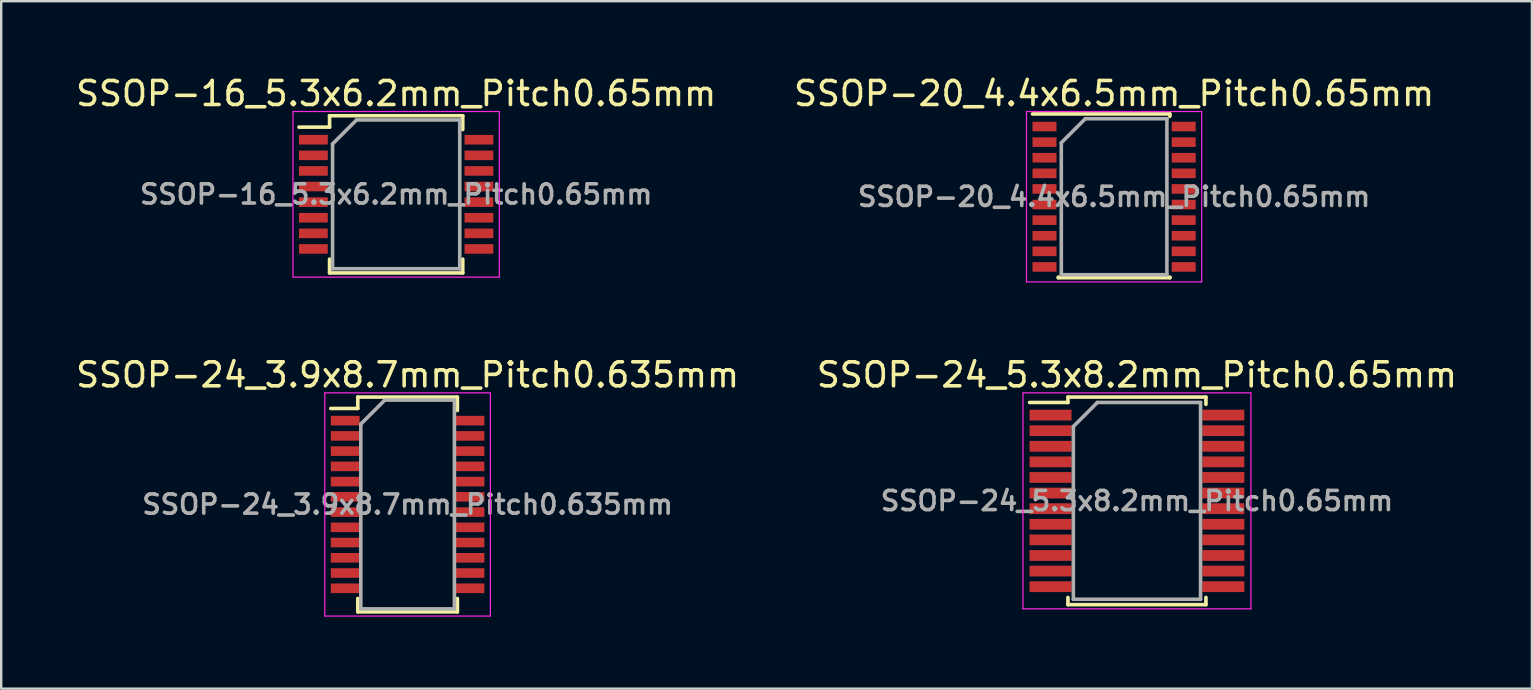
<source format=kicad_pcb>
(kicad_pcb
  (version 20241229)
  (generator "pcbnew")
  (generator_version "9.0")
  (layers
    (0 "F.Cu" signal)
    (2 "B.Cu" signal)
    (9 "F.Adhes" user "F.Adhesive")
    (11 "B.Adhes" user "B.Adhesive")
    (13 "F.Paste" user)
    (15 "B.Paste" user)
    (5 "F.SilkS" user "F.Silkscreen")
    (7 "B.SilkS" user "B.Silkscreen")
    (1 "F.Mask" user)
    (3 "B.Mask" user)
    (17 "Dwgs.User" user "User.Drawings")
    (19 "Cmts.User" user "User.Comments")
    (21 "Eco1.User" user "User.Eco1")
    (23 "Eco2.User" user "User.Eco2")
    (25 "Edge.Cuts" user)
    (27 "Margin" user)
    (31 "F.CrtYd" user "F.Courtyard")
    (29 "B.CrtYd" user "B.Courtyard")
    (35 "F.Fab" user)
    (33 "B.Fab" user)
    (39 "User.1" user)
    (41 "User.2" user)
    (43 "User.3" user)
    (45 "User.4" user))
  (footprint "SSOP-24_3.9x8.7mm_Pitch0.635mm"
    (layer "F.Cu")
    (at 13.935 17.971)
    (property "Reference" "SSOP-24_3.9x8.7mm_Pitch0.635mm" (at 0 -5.4 0) (layer "F.SilkS") (effects (font (size 1 1) (thickness 0.15))))
    (attr smd)
    (fp_line (start -2.075 -4.475) (end -2.075 -4) (stroke (width 0.15) (type solid)) (layer "F.SilkS"))
    (fp_line (start -2.075 -4.475) (end 2.075 -4.475) (stroke (width 0.15) (type solid)) (layer "F.SilkS"))
    (fp_line (start -2.075 -4) (end -3.2 -4) (stroke (width 0.15) (type solid)) (layer "F.SilkS"))
    (fp_line (start -2.075 4.475) (end -2.075 3.917) (stroke (width 0.15) (type solid)) (layer "F.SilkS"))
    (fp_line (start -2.075 4.475) (end 2.075 4.475) (stroke (width 0.15) (type solid)) (layer "F.SilkS"))
    (fp_line (start 2.075 -4.475) (end 2.075 -3.917) (stroke (width 0.15) (type solid)) (layer "F.SilkS"))
    (fp_line (start 2.075 4.475) (end 2.075 3.917) (stroke (width 0.15) (type solid)) (layer "F.SilkS"))
    (fp_line (start -3.45 -4.65) (end -3.45 4.65) (stroke (width 0.05) (type solid)) (layer "F.CrtYd"))
    (fp_line (start -3.45 -4.65) (end 3.45 -4.65) (stroke (width 0.05) (type solid)) (layer "F.CrtYd"))
    (fp_line (start -3.45 4.65) (end 3.45 4.65) (stroke (width 0.05) (type solid)) (layer "F.CrtYd"))
    (fp_line (start 3.45 -4.65) (end 3.45 4.65) (stroke (width 0.05) (type solid)) (layer "F.CrtYd"))
    (fp_line (start -1.95 -3.35) (end -0.95 -4.35) (stroke (width 0.15) (type solid)) (layer "F.Fab"))
    (fp_line (start -1.95 4.35) (end -1.95 -3.35) (stroke (width 0.15) (type solid)) (layer "F.Fab"))
    (fp_line (start -0.95 -4.35) (end 1.95 -4.35) (stroke (width 0.15) (type solid)) (layer "F.Fab"))
    (fp_line (start 1.95 -4.35) (end 1.95 4.35) (stroke (width 0.15) (type solid)) (layer "F.Fab"))
    (fp_line (start 1.95 4.35) (end -1.95 4.35) (stroke (width 0.15) (type solid)) (layer "F.Fab"))
    (fp_text user "${REFERENCE}" (at 0 0 0) (layer "F.Fab") (effects (font (size 0.8 0.8) (thickness 0.15))))
    (pad "1" smd rect (at -2.6 -3.493) (size 1.2 0.4) (layers "F.Cu" "F.Mask" "F.Paste"))
    (pad "2" smd rect (at -2.6 -2.857) (size 1.2 0.4) (layers "F.Cu" "F.Mask" "F.Paste"))
    (pad "3" smd rect (at -2.6 -2.223) (size 1.2 0.4) (layers "F.Cu" "F.Mask" "F.Paste"))
    (pad "4" smd rect (at -2.6 -1.587) (size 1.2 0.4) (layers "F.Cu" "F.Mask" "F.Paste"))
    (pad "5" smd rect (at -2.6 -0.953) (size 1.2 0.4) (layers "F.Cu" "F.Mask" "F.Paste"))
    (pad "6" smd rect (at -2.6 -0.318) (size 1.2 0.4) (layers "F.Cu" "F.Mask" "F.Paste"))
    (pad "7" smd rect (at -2.6 0.318) (size 1.2 0.4) (layers "F.Cu" "F.Mask" "F.Paste"))
    (pad "8" smd rect (at -2.6 0.953) (size 1.2 0.4) (layers "F.Cu" "F.Mask" "F.Paste"))
    (pad "9" smd rect (at -2.6 1.587) (size 1.2 0.4) (layers "F.Cu" "F.Mask" "F.Paste"))
    (pad "10" smd rect (at -2.6 2.223) (size 1.2 0.4) (layers "F.Cu" "F.Mask" "F.Paste"))
    (pad "11" smd rect (at -2.6 2.857) (size 1.2 0.4) (layers "F.Cu" "F.Mask" "F.Paste"))
    (pad "12" smd rect (at -2.6 3.493) (size 1.2 0.4) (layers "F.Cu" "F.Mask" "F.Paste"))
    (pad "13" smd rect (at 2.6 3.493) (size 1.2 0.4) (layers "F.Cu" "F.Mask" "F.Paste"))
    (pad "14" smd rect (at 2.6 2.857) (size 1.2 0.4) (layers "F.Cu" "F.Mask" "F.Paste"))
    (pad "15" smd rect (at 2.6 2.223) (size 1.2 0.4) (layers "F.Cu" "F.Mask" "F.Paste"))
    (pad "16" smd rect (at 2.6 1.587) (size 1.2 0.4) (layers "F.Cu" "F.Mask" "F.Paste"))
    (pad "17" smd rect (at 2.6 0.953) (size 1.2 0.4) (layers "F.Cu" "F.Mask" "F.Paste"))
    (pad "18" smd rect (at 2.6 0.318) (size 1.2 0.4) (layers "F.Cu" "F.Mask" "F.Paste"))
    (pad "19" smd rect (at 2.6 -0.318) (size 1.2 0.4) (layers "F.Cu" "F.Mask" "F.Paste"))
    (pad "20" smd rect (at 2.6 -0.953) (size 1.2 0.4) (layers "F.Cu" "F.Mask" "F.Paste"))
    (pad "21" smd rect (at 2.6 -1.587) (size 1.2 0.4) (layers "F.Cu" "F.Mask" "F.Paste"))
    (pad "22" smd rect (at 2.6 -2.223) (size 1.2 0.4) (layers "F.Cu" "F.Mask" "F.Paste"))
    (pad "23" smd rect (at 2.6 -2.857) (size 1.2 0.4) (layers "F.Cu" "F.Mask" "F.Paste"))
    (pad "24" smd rect (at 2.6 -3.493) (size 1.2 0.4) (layers "F.Cu" "F.Mask" "F.Paste")))
  (footprint "SSOP-16_5.3x6.2mm_Pitch0.65mm"
    (layer "F.Cu")
    (at 13.458 5.048)
    (property "Reference" "SSOP-16_5.3x6.2mm_Pitch0.65mm" (at 0 -4.2 0) (layer "F.SilkS") (effects (font (size 1 1) (thickness 0.15))))
    (attr smd)
    (fp_line (start -2.775 -3.275) (end -2.775 -2.8) (stroke (width 0.15) (type solid)) (layer "F.SilkS"))
    (fp_line (start -2.775 -3.275) (end 2.775 -3.275) (stroke (width 0.15) (type solid)) (layer "F.SilkS"))
    (fp_line (start -2.775 -2.8) (end -4.05 -2.8) (stroke (width 0.15) (type solid)) (layer "F.SilkS"))
    (fp_line (start -2.775 3.275) (end -2.775 2.7) (stroke (width 0.15) (type solid)) (layer "F.SilkS"))
    (fp_line (start -2.775 3.275) (end 2.775 3.275) (stroke (width 0.15) (type solid)) (layer "F.SilkS"))
    (fp_line (start 2.775 -3.275) (end 2.775 -2.7) (stroke (width 0.15) (type solid)) (layer "F.SilkS"))
    (fp_line (start 2.775 3.275) (end 2.775 2.7) (stroke (width 0.15) (type solid)) (layer "F.SilkS"))
    (fp_line (start -4.3 -3.45) (end -4.3 3.45) (stroke (width 0.05) (type solid)) (layer "F.CrtYd"))
    (fp_line (start -4.3 -3.45) (end 4.3 -3.45) (stroke (width 0.05) (type solid)) (layer "F.CrtYd"))
    (fp_line (start -4.3 3.45) (end 4.3 3.45) (stroke (width 0.05) (type solid)) (layer "F.CrtYd"))
    (fp_line (start 4.3 -3.45) (end 4.3 3.45) (stroke (width 0.05) (type solid)) (layer "F.CrtYd"))
    (fp_line (start -2.65 -2.1) (end -1.65 -3.1) (stroke (width 0.15) (type solid)) (layer "F.Fab"))
    (fp_line (start -2.65 3.1) (end -2.65 -2.1) (stroke (width 0.15) (type solid)) (layer "F.Fab"))
    (fp_line (start -1.65 -3.1) (end 2.65 -3.1) (stroke (width 0.15) (type solid)) (layer "F.Fab"))
    (fp_line (start 2.65 -3.1) (end 2.65 3.1) (stroke (width 0.15) (type solid)) (layer "F.Fab"))
    (fp_line (start 2.65 3.1) (end -2.65 3.1) (stroke (width 0.15) (type solid)) (layer "F.Fab"))
    (fp_text user "${REFERENCE}" (at 0 0 0) (layer "F.Fab") (effects (font (size 0.8 0.8) (thickness 0.15))))
    (pad "1" smd rect (at -3.45 -2.275) (size 1.2 0.4) (layers "F.Cu" "F.Mask" "F.Paste"))
    (pad "2" smd rect (at -3.45 -1.625) (size 1.2 0.4) (layers "F.Cu" "F.Mask" "F.Paste"))
    (pad "3" smd rect (at -3.45 -0.975) (size 1.2 0.4) (layers "F.Cu" "F.Mask" "F.Paste"))
    (pad "4" smd rect (at -3.45 -0.325) (size 1.2 0.4) (layers "F.Cu" "F.Mask" "F.Paste"))
    (pad "5" smd rect (at -3.45 0.325) (size 1.2 0.4) (layers "F.Cu" "F.Mask" "F.Paste"))
    (pad "6" smd rect (at -3.45 0.975) (size 1.2 0.4) (layers "F.Cu" "F.Mask" "F.Paste"))
    (pad "7" smd rect (at -3.45 1.625) (size 1.2 0.4) (layers "F.Cu" "F.Mask" "F.Paste"))
    (pad "8" smd rect (at -3.45 2.275) (size 1.2 0.4) (layers "F.Cu" "F.Mask" "F.Paste"))
    (pad "9" smd rect (at 3.45 2.275) (size 1.2 0.4) (layers "F.Cu" "F.Mask" "F.Paste"))
    (pad "10" smd rect (at 3.45 1.625) (size 1.2 0.4) (layers "F.Cu" "F.Mask" "F.Paste"))
    (pad "11" smd rect (at 3.45 0.975) (size 1.2 0.4) (layers "F.Cu" "F.Mask" "F.Paste"))
    (pad "12" smd rect (at 3.45 0.325) (size 1.2 0.4) (layers "F.Cu" "F.Mask" "F.Paste"))
    (pad "13" smd rect (at 3.45 -0.325) (size 1.2 0.4) (layers "F.Cu" "F.Mask" "F.Paste"))
    (pad "14" smd rect (at 3.45 -0.975) (size 1.2 0.4) (layers "F.Cu" "F.Mask" "F.Paste"))
    (pad "15" smd rect (at 3.45 -1.625) (size 1.2 0.4) (layers "F.Cu" "F.Mask" "F.Paste"))
    (pad "16" smd rect (at 3.45 -2.275) (size 1.2 0.4) (layers "F.Cu" "F.Mask" "F.Paste")))
  (footprint "SSOP-24_5.3x8.2mm_Pitch0.65mm"
    (layer "F.Cu")
    (at 44.327 17.822)
    (property "Reference" "SSOP-24_5.3x8.2mm_Pitch0.65mm" (at 0 -5.25 0) (layer "F.SilkS") (effects (font (size 1 1) (thickness 0.15))))
    (attr smd)
    (fp_line (start -2.875 -4.325) (end -2.875 -4.1) (stroke (width 0.15) (type solid)) (layer "F.SilkS"))
    (fp_line (start -2.875 -4.325) (end 2.875 -4.325) (stroke (width 0.15) (type solid)) (layer "F.SilkS"))
    (fp_line (start -2.875 -4.1) (end -4.475 -4.1) (stroke (width 0.15) (type solid)) (layer "F.SilkS"))
    (fp_line (start -2.875 4.325) (end -2.875 4.025) (stroke (width 0.15) (type solid)) (layer "F.SilkS"))
    (fp_line (start -2.875 4.325) (end 2.875 4.325) (stroke (width 0.15) (type solid)) (layer "F.SilkS"))
    (fp_line (start 2.875 -4.325) (end 2.875 -4.025) (stroke (width 0.15) (type solid)) (layer "F.SilkS"))
    (fp_line (start 2.875 4.325) (end 2.875 4.025) (stroke (width 0.15) (type solid)) (layer "F.SilkS"))
    (fp_line (start -4.75 -4.5) (end -4.75 4.5) (stroke (width 0.05) (type solid)) (layer "F.CrtYd"))
    (fp_line (start -4.75 -4.5) (end 4.75 -4.5) (stroke (width 0.05) (type solid)) (layer "F.CrtYd"))
    (fp_line (start -4.75 4.5) (end 4.75 4.5) (stroke (width 0.05) (type solid)) (layer "F.CrtYd"))
    (fp_line (start 4.75 -4.5) (end 4.75 4.5) (stroke (width 0.05) (type solid)) (layer "F.CrtYd"))
    (fp_line (start -2.65 -3.1) (end -1.65 -4.1) (stroke (width 0.15) (type solid)) (layer "F.Fab"))
    (fp_line (start -2.65 4.1) (end -2.65 -3.1) (stroke (width 0.15) (type solid)) (layer "F.Fab"))
    (fp_line (start -1.65 -4.1) (end 2.65 -4.1) (stroke (width 0.15) (type solid)) (layer "F.Fab"))
    (fp_line (start 2.65 -4.1) (end 2.65 4.1) (stroke (width 0.15) (type solid)) (layer "F.Fab"))
    (fp_line (start 2.65 4.1) (end -2.65 4.1) (stroke (width 0.15) (type solid)) (layer "F.Fab"))
    (fp_text user "${REFERENCE}" (at 0 0 0) (layer "F.Fab") (effects (font (size 0.8 0.8) (thickness 0.15))))
    (pad "1" smd rect (at -3.6 -3.575) (size 1.75 0.45) (layers "F.Cu" "F.Mask" "F.Paste"))
    (pad "2" smd rect (at -3.6 -2.925) (size 1.75 0.45) (layers "F.Cu" "F.Mask" "F.Paste"))
    (pad "3" smd rect (at -3.6 -2.275) (size 1.75 0.45) (layers "F.Cu" "F.Mask" "F.Paste"))
    (pad "4" smd rect (at -3.6 -1.625) (size 1.75 0.45) (layers "F.Cu" "F.Mask" "F.Paste"))
    (pad "5" smd rect (at -3.6 -0.975) (size 1.75 0.45) (layers "F.Cu" "F.Mask" "F.Paste"))
    (pad "6" smd rect (at -3.6 -0.325) (size 1.75 0.45) (layers "F.Cu" "F.Mask" "F.Paste"))
    (pad "7" smd rect (at -3.6 0.325) (size 1.75 0.45) (layers "F.Cu" "F.Mask" "F.Paste"))
    (pad "8" smd rect (at -3.6 0.975) (size 1.75 0.45) (layers "F.Cu" "F.Mask" "F.Paste"))
    (pad "9" smd rect (at -3.6 1.625) (size 1.75 0.45) (layers "F.Cu" "F.Mask" "F.Paste"))
    (pad "10" smd rect (at -3.6 2.275) (size 1.75 0.45) (layers "F.Cu" "F.Mask" "F.Paste"))
    (pad "11" smd rect (at -3.6 2.925) (size 1.75 0.45) (layers "F.Cu" "F.Mask" "F.Paste"))
    (pad "12" smd rect (at -3.6 3.575) (size 1.75 0.45) (layers "F.Cu" "F.Mask" "F.Paste"))
    (pad "13" smd rect (at 3.6 3.575) (size 1.75 0.45) (layers "F.Cu" "F.Mask" "F.Paste"))
    (pad "14" smd rect (at 3.6 2.925) (size 1.75 0.45) (layers "F.Cu" "F.Mask" "F.Paste"))
    (pad "15" smd rect (at 3.6 2.275) (size 1.75 0.45) (layers "F.Cu" "F.Mask" "F.Paste"))
    (pad "16" smd rect (at 3.6 1.625) (size 1.75 0.45) (layers "F.Cu" "F.Mask" "F.Paste"))
    (pad "17" smd rect (at 3.6 0.975) (size 1.75 0.45) (layers "F.Cu" "F.Mask" "F.Paste"))
    (pad "18" smd rect (at 3.6 0.325) (size 1.75 0.45) (layers "F.Cu" "F.Mask" "F.Paste"))
    (pad "19" smd rect (at 3.6 -0.325) (size 1.75 0.45) (layers "F.Cu" "F.Mask" "F.Paste"))
    (pad "20" smd rect (at 3.6 -0.975) (size 1.75 0.45) (layers "F.Cu" "F.Mask" "F.Paste"))
    (pad "21" smd rect (at 3.6 -1.625) (size 1.75 0.45) (layers "F.Cu" "F.Mask" "F.Paste"))
    (pad "22" smd rect (at 3.6 -2.275) (size 1.75 0.45) (layers "F.Cu" "F.Mask" "F.Paste"))
    (pad "23" smd rect (at 3.6 -2.925) (size 1.75 0.45) (layers "F.Cu" "F.Mask" "F.Paste"))
    (pad "24" smd rect (at 3.6 -3.575) (size 1.75 0.45) (layers "F.Cu" "F.Mask" "F.Paste")))
  (footprint "SSOP-20_4.4x6.5mm_Pitch0.65mm"
    (layer "F.Cu")
    (at 43.375 5.148)
    (property "Reference" "SSOP-20_4.4x6.5mm_Pitch0.65mm" (at 0 -4.3 0) (layer "F.SilkS") (effects (font (size 1 1) (thickness 0.15))))
    (attr smd)
    (fp_line (start -3.4 -3.45) (end 2.325 -3.45) (stroke (width 0.15) (type solid)) (layer "F.SilkS"))
    (fp_line (start -2.325 3.375) (end -2.325 3.35) (stroke (width 0.15) (type solid)) (layer "F.SilkS"))
    (fp_line (start -2.325 3.375) (end 2.325 3.375) (stroke (width 0.15) (type solid)) (layer "F.SilkS"))
    (fp_line (start 2.325 -3.45) (end 2.325 -3.35) (stroke (width 0.15) (type solid)) (layer "F.SilkS"))
    (fp_line (start 2.325 3.375) (end 2.325 3.35) (stroke (width 0.15) (type solid)) (layer "F.SilkS"))
    (fp_line (start -3.65 -3.55) (end -3.65 3.55) (stroke (width 0.05) (type solid)) (layer "F.CrtYd"))
    (fp_line (start -3.65 -3.55) (end 3.65 -3.55) (stroke (width 0.05) (type solid)) (layer "F.CrtYd"))
    (fp_line (start -3.65 3.55) (end 3.65 3.55) (stroke (width 0.05) (type solid)) (layer "F.CrtYd"))
    (fp_line (start 3.65 -3.55) (end 3.65 3.55) (stroke (width 0.05) (type solid)) (layer "F.CrtYd"))
    (fp_line (start -2.2 -2.25) (end -1.2 -3.25) (stroke (width 0.15) (type solid)) (layer "F.Fab"))
    (fp_line (start -2.2 3.25) (end -2.2 -2.25) (stroke (width 0.15) (type solid)) (layer "F.Fab"))
    (fp_line (start -1.2 -3.25) (end 2.2 -3.25) (stroke (width 0.15) (type solid)) (layer "F.Fab"))
    (fp_line (start 2.2 -3.25) (end 2.2 3.25) (stroke (width 0.15) (type solid)) (layer "F.Fab"))
    (fp_line (start 2.2 3.25) (end -2.2 3.25) (stroke (width 0.15) (type solid)) (layer "F.Fab"))
    (fp_text user "${REFERENCE}" (at 0 0 0) (layer "F.Fab") (effects (font (size 0.8 0.8) (thickness 0.15))))
    (pad "1" smd rect (at -2.9 -2.925) (size 1 0.4) (layers "F.Cu" "F.Mask" "F.Paste"))
    (pad "2" smd rect (at -2.9 -2.275) (size 1 0.4) (layers "F.Cu" "F.Mask" "F.Paste"))
    (pad "3" smd rect (at -2.9 -1.625) (size 1 0.4) (layers "F.Cu" "F.Mask" "F.Paste"))
    (pad "4" smd rect (at -2.9 -0.975) (size 1 0.4) (layers "F.Cu" "F.Mask" "F.Paste"))
    (pad "5" smd rect (at -2.9 -0.325) (size 1 0.4) (layers "F.Cu" "F.Mask" "F.Paste"))
    (pad "6" smd rect (at -2.9 0.325) (size 1 0.4) (layers "F.Cu" "F.Mask" "F.Paste"))
    (pad "7" smd rect (at -2.9 0.975) (size 1 0.4) (layers "F.Cu" "F.Mask" "F.Paste"))
    (pad "8" smd rect (at -2.9 1.625) (size 1 0.4) (layers "F.Cu" "F.Mask" "F.Paste"))
    (pad "9" smd rect (at -2.9 2.275) (size 1 0.4) (layers "F.Cu" "F.Mask" "F.Paste"))
    (pad "10" smd rect (at -2.9 2.925) (size 1 0.4) (layers "F.Cu" "F.Mask" "F.Paste"))
    (pad "11" smd rect (at 2.9 2.925) (size 1 0.4) (layers "F.Cu" "F.Mask" "F.Paste"))
    (pad "12" smd rect (at 2.9 2.275) (size 1 0.4) (layers "F.Cu" "F.Mask" "F.Paste"))
    (pad "13" smd rect (at 2.9 1.625) (size 1 0.4) (layers "F.Cu" "F.Mask" "F.Paste"))
    (pad "14" smd rect (at 2.9 0.975) (size 1 0.4) (layers "F.Cu" "F.Mask" "F.Paste"))
    (pad "15" smd rect (at 2.9 0.325) (size 1 0.4) (layers "F.Cu" "F.Mask" "F.Paste"))
    (pad "16" smd rect (at 2.9 -0.325) (size 1 0.4) (layers "F.Cu" "F.Mask" "F.Paste"))
    (pad "17" smd rect (at 2.9 -0.975) (size 1 0.4) (layers "F.Cu" "F.Mask" "F.Paste"))
    (pad "18" smd rect (at 2.9 -1.625) (size 1 0.4) (layers "F.Cu" "F.Mask" "F.Paste"))
    (pad "19" smd rect (at 2.9 -2.275) (size 1 0.4) (layers "F.Cu" "F.Mask" "F.Paste"))
    (pad "20" smd rect (at 2.9 -2.925) (size 1 0.4) (layers "F.Cu" "F.Mask" "F.Paste")))
  (gr_rect
    (start -3 -3)
    (end 60.786 25.646)
    (stroke (width 0.1) (type default))
    (fill no)
    (layer "Edge.Cuts")))
</source>
